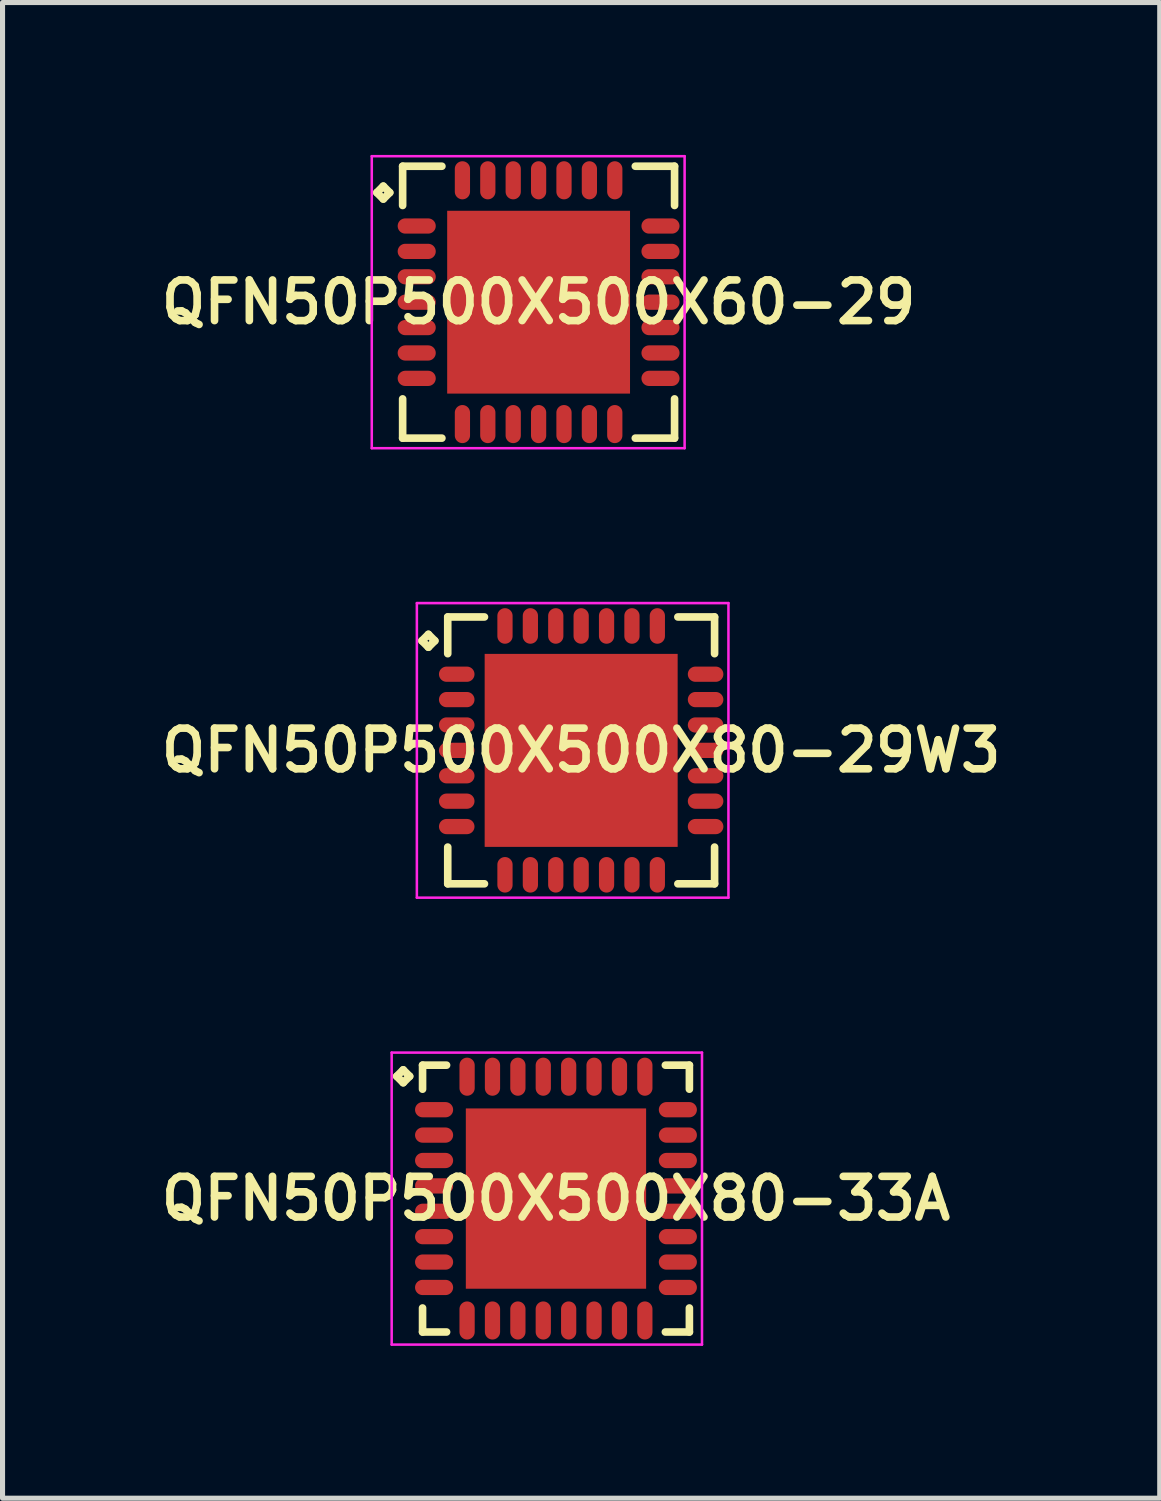
<source format=kicad_pcb>
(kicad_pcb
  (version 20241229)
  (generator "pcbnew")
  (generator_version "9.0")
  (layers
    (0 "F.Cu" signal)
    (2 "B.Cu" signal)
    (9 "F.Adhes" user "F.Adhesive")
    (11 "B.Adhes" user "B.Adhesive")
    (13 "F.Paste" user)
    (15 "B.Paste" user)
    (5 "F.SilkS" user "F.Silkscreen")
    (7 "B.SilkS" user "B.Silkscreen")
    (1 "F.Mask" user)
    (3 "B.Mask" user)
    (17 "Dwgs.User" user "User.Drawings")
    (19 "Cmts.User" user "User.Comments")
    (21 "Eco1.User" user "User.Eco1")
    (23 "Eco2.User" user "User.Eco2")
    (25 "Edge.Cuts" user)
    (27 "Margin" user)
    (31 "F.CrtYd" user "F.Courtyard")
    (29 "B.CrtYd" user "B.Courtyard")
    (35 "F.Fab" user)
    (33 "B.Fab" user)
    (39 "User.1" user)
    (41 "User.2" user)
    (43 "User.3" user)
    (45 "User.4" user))
  (footprint "QFN50P500X500X80-33A"
    (layer "F.Cu")
    (at 7.897 20.55)
    (property "Reference" "QFN50P500X500X80-33A" (at 0 0 0) (layer "F.SilkS") (effects (font (size 0.8 0.8) (thickness 0.15))))
    (attr smd)
    (fp_line (start -3.135 -2.408) (end -3.008 -2.535) (stroke (width 0.15) (type solid)) (layer "F.SilkS"))
    (fp_line (start -3.008 -2.535) (end -2.881 -2.408) (stroke (width 0.15) (type solid)) (layer "F.SilkS"))
    (fp_line (start -3.008 -2.281) (end -3.135 -2.408) (stroke (width 0.15) (type solid)) (layer "F.SilkS"))
    (fp_line (start -2.881 -2.408) (end -3.008 -2.281) (stroke (width 0.15) (type solid)) (layer "F.SilkS"))
    (fp_line (start -2.627 -2.627) (end -2.154 -2.627) (stroke (width 0.15) (type solid)) (layer "F.SilkS"))
    (fp_line (start -2.627 -2.154) (end -2.627 -2.627) (stroke (width 0.15) (type solid)) (layer "F.SilkS"))
    (fp_line (start -2.627 2.154) (end -2.627 2.627) (stroke (width 0.15) (type solid)) (layer "F.SilkS"))
    (fp_line (start -2.627 2.627) (end -2.154 2.627) (stroke (width 0.15) (type solid)) (layer "F.SilkS"))
    (fp_line (start 2.154 -2.627) (end 2.627 -2.627) (stroke (width 0.15) (type solid)) (layer "F.SilkS"))
    (fp_line (start 2.154 2.627) (end 2.627 2.627) (stroke (width 0.15) (type solid)) (layer "F.SilkS"))
    (fp_line (start 2.627 -2.627) (end 2.627 -2.154) (stroke (width 0.15) (type solid)) (layer "F.SilkS"))
    (fp_line (start 2.627 2.627) (end 2.627 2.154) (stroke (width 0.15) (type solid)) (layer "F.SilkS"))
    (fp_line (start -3.235 -2.875) (end 2.875 -2.875) (stroke (width 0.05) (type solid)) (layer "F.CrtYd"))
    (fp_line (start -3.235 2.875) (end -3.235 -2.875) (stroke (width 0.05) (type solid)) (layer "F.CrtYd"))
    (fp_line (start 2.875 -2.875) (end 2.875 2.875) (stroke (width 0.05) (type solid)) (layer "F.CrtYd"))
    (fp_line (start 2.875 2.875) (end -3.235 2.875) (stroke (width 0.05) (type solid)) (layer "F.CrtYd"))
    (pad "1" smd oval (at -2.4 -1.75) (size 0.75 0.3) (layers "F.Cu" "F.Mask" "F.Paste"))
    (pad "2" smd oval (at -2.4 -1.25) (size 0.75 0.3) (layers "F.Cu" "F.Mask" "F.Paste"))
    (pad "3" smd oval (at -2.4 -0.75) (size 0.75 0.3) (layers "F.Cu" "F.Mask" "F.Paste"))
    (pad "4" smd oval (at -2.4 -0.25) (size 0.75 0.3) (layers "F.Cu" "F.Mask" "F.Paste"))
    (pad "5" smd oval (at -2.4 0.25) (size 0.75 0.3) (layers "F.Cu" "F.Mask" "F.Paste"))
    (pad "6" smd oval (at -2.4 0.75) (size 0.75 0.3) (layers "F.Cu" "F.Mask" "F.Paste"))
    (pad "7" smd oval (at -2.4 1.25) (size 0.75 0.3) (layers "F.Cu" "F.Mask" "F.Paste"))
    (pad "8" smd oval (at -2.4 1.75) (size 0.75 0.3) (layers "F.Cu" "F.Mask" "F.Paste"))
    (pad "9" smd oval (at -1.75 2.4) (size 0.3 0.75) (layers "F.Cu" "F.Mask" "F.Paste"))
    (pad "10" smd oval (at -1.25 2.4) (size 0.3 0.75) (layers "F.Cu" "F.Mask" "F.Paste"))
    (pad "11" smd oval (at -0.75 2.4) (size 0.3 0.75) (layers "F.Cu" "F.Mask" "F.Paste"))
    (pad "12" smd oval (at -0.25 2.4) (size 0.3 0.75) (layers "F.Cu" "F.Mask" "F.Paste"))
    (pad "13" smd oval (at 0.25 2.4) (size 0.3 0.75) (layers "F.Cu" "F.Mask" "F.Paste"))
    (pad "14" smd oval (at 0.75 2.4) (size 0.3 0.75) (layers "F.Cu" "F.Mask" "F.Paste"))
    (pad "15" smd oval (at 1.25 2.4) (size 0.3 0.75) (layers "F.Cu" "F.Mask" "F.Paste"))
    (pad "16" smd oval (at 1.75 2.4) (size 0.3 0.75) (layers "F.Cu" "F.Mask" "F.Paste"))
    (pad "17" smd oval (at 2.4 1.75) (size 0.75 0.3) (layers "F.Cu" "F.Mask" "F.Paste"))
    (pad "18" smd oval (at 2.4 1.25) (size 0.75 0.3) (layers "F.Cu" "F.Mask" "F.Paste"))
    (pad "19" smd oval (at 2.4 0.75) (size 0.75 0.3) (layers "F.Cu" "F.Mask" "F.Paste"))
    (pad "20" smd oval (at 2.4 0.25) (size 0.75 0.3) (layers "F.Cu" "F.Mask" "F.Paste"))
    (pad "21" smd oval (at 2.4 -0.25) (size 0.75 0.3) (layers "F.Cu" "F.Mask" "F.Paste"))
    (pad "22" smd oval (at 2.4 -0.75) (size 0.75 0.3) (layers "F.Cu" "F.Mask" "F.Paste"))
    (pad "23" smd oval (at 2.4 -1.25) (size 0.75 0.3) (layers "F.Cu" "F.Mask" "F.Paste"))
    (pad "24" smd oval (at 2.4 -1.75) (size 0.75 0.3) (layers "F.Cu" "F.Mask" "F.Paste"))
    (pad "25" smd oval (at 1.75 -2.4) (size 0.3 0.75) (layers "F.Cu" "F.Mask" "F.Paste"))
    (pad "26" smd oval (at 1.25 -2.4) (size 0.3 0.75) (layers "F.Cu" "F.Mask" "F.Paste"))
    (pad "27" smd oval (at 0.75 -2.4) (size 0.3 0.75) (layers "F.Cu" "F.Mask" "F.Paste"))
    (pad "28" smd oval (at 0.25 -2.4) (size 0.3 0.75) (layers "F.Cu" "F.Mask" "F.Paste"))
    (pad "29" smd oval (at -0.25 -2.4) (size 0.3 0.75) (layers "F.Cu" "F.Mask" "F.Paste"))
    (pad "30" smd oval (at -0.75 -2.4) (size 0.3 0.75) (layers "F.Cu" "F.Mask" "F.Paste"))
    (pad "31" smd oval (at -1.25 -2.4) (size 0.3 0.75) (layers "F.Cu" "F.Mask" "F.Paste"))
    (pad "32" smd oval (at -1.75 -2.4) (size 0.3 0.75) (layers "F.Cu" "F.Mask" "F.Paste"))
    (pad "33" smd rect (at 0 0) (size 3.55 3.55) (layers "F.Cu" "F.Mask" "F.Paste")))
  (footprint "QFN50P500X500X80-29W3"
    (layer "F.Cu")
    (at 8.393 11.725)
    (property "Reference" "QFN50P500X500X80-29W3" (at 0 0 0) (layer "F.SilkS") (effects (font (size 0.8 0.8) (thickness 0.15))))
    (attr smd)
    (fp_line (start -3.135 -2.158) (end -3.008 -2.285) (stroke (width 0.15) (type solid)) (layer "F.SilkS"))
    (fp_line (start -3.008 -2.285) (end -2.881 -2.158) (stroke (width 0.15) (type solid)) (layer "F.SilkS"))
    (fp_line (start -3.008 -2.031) (end -3.135 -2.158) (stroke (width 0.15) (type solid)) (layer "F.SilkS"))
    (fp_line (start -2.881 -2.158) (end -3.008 -2.031) (stroke (width 0.15) (type solid)) (layer "F.SilkS"))
    (fp_line (start -2.627 -2.627) (end -1.904 -2.627) (stroke (width 0.15) (type solid)) (layer "F.SilkS"))
    (fp_line (start -2.627 -1.904) (end -2.627 -2.627) (stroke (width 0.15) (type solid)) (layer "F.SilkS"))
    (fp_line (start -2.627 1.904) (end -2.627 2.627) (stroke (width 0.15) (type solid)) (layer "F.SilkS"))
    (fp_line (start -2.627 2.627) (end -1.904 2.627) (stroke (width 0.15) (type solid)) (layer "F.SilkS"))
    (fp_line (start 1.904 -2.627) (end 2.627 -2.627) (stroke (width 0.15) (type solid)) (layer "F.SilkS"))
    (fp_line (start 1.904 2.627) (end 2.627 2.627) (stroke (width 0.15) (type solid)) (layer "F.SilkS"))
    (fp_line (start 2.627 -2.627) (end 2.627 -1.904) (stroke (width 0.15) (type solid)) (layer "F.SilkS"))
    (fp_line (start 2.627 2.627) (end 2.627 1.904) (stroke (width 0.15) (type solid)) (layer "F.SilkS"))
    (fp_line (start -3.235 -2.9) (end 2.9 -2.9) (stroke (width 0.05) (type solid)) (layer "F.CrtYd"))
    (fp_line (start -3.235 2.9) (end -3.235 -2.9) (stroke (width 0.05) (type solid)) (layer "F.CrtYd"))
    (fp_line (start 2.9 -2.9) (end 2.9 2.9) (stroke (width 0.05) (type solid)) (layer "F.CrtYd"))
    (fp_line (start 2.9 2.9) (end -3.235 2.9) (stroke (width 0.05) (type solid)) (layer "F.CrtYd"))
    (pad "1" smd oval (at -2.45 -1.5) (size 0.7 0.3) (layers "F.Cu" "F.Mask" "F.Paste"))
    (pad "2" smd oval (at -2.45 -1) (size 0.7 0.3) (layers "F.Cu" "F.Mask" "F.Paste"))
    (pad "3" smd oval (at -2.45 -0.5) (size 0.7 0.3) (layers "F.Cu" "F.Mask" "F.Paste"))
    (pad "4" smd oval (at -2.45 0) (size 0.7 0.3) (layers "F.Cu" "F.Mask" "F.Paste"))
    (pad "5" smd oval (at -2.45 0.5) (size 0.7 0.3) (layers "F.Cu" "F.Mask" "F.Paste"))
    (pad "6" smd oval (at -2.45 1) (size 0.7 0.3) (layers "F.Cu" "F.Mask" "F.Paste"))
    (pad "7" smd oval (at -2.45 1.5) (size 0.7 0.3) (layers "F.Cu" "F.Mask" "F.Paste"))
    (pad "8" smd oval (at -1.5 2.45) (size 0.3 0.7) (layers "F.Cu" "F.Mask" "F.Paste"))
    (pad "9" smd oval (at -1 2.45) (size 0.3 0.7) (layers "F.Cu" "F.Mask" "F.Paste"))
    (pad "10" smd oval (at -0.5 2.45) (size 0.3 0.7) (layers "F.Cu" "F.Mask" "F.Paste"))
    (pad "11" smd oval (at 0 2.45) (size 0.3 0.7) (layers "F.Cu" "F.Mask" "F.Paste"))
    (pad "12" smd oval (at 0.5 2.45) (size 0.3 0.7) (layers "F.Cu" "F.Mask" "F.Paste"))
    (pad "13" smd oval (at 1 2.45) (size 0.3 0.7) (layers "F.Cu" "F.Mask" "F.Paste"))
    (pad "14" smd oval (at 1.5 2.45) (size 0.3 0.7) (layers "F.Cu" "F.Mask" "F.Paste"))
    (pad "15" smd oval (at 2.45 1.5) (size 0.7 0.3) (layers "F.Cu" "F.Mask" "F.Paste"))
    (pad "16" smd oval (at 2.45 1) (size 0.7 0.3) (layers "F.Cu" "F.Mask" "F.Paste"))
    (pad "17" smd oval (at 2.45 0.5) (size 0.7 0.3) (layers "F.Cu" "F.Mask" "F.Paste"))
    (pad "18" smd oval (at 2.45 0) (size 0.7 0.3) (layers "F.Cu" "F.Mask" "F.Paste"))
    (pad "19" smd oval (at 2.45 -0.5) (size 0.7 0.3) (layers "F.Cu" "F.Mask" "F.Paste"))
    (pad "20" smd oval (at 2.45 -1) (size 0.7 0.3) (layers "F.Cu" "F.Mask" "F.Paste"))
    (pad "21" smd oval (at 2.45 -1.5) (size 0.7 0.3) (layers "F.Cu" "F.Mask" "F.Paste"))
    (pad "22" smd oval (at 1.5 -2.45) (size 0.3 0.7) (layers "F.Cu" "F.Mask" "F.Paste"))
    (pad "23" smd oval (at 1 -2.45) (size 0.3 0.7) (layers "F.Cu" "F.Mask" "F.Paste"))
    (pad "24" smd oval (at 0.5 -2.45) (size 0.3 0.7) (layers "F.Cu" "F.Mask" "F.Paste"))
    (pad "25" smd oval (at 0 -2.45) (size 0.3 0.7) (layers "F.Cu" "F.Mask" "F.Paste"))
    (pad "26" smd oval (at -0.5 -2.45) (size 0.3 0.7) (layers "F.Cu" "F.Mask" "F.Paste"))
    (pad "27" smd oval (at -1 -2.45) (size 0.3 0.7) (layers "F.Cu" "F.Mask" "F.Paste"))
    (pad "28" smd oval (at -1.5 -2.45) (size 0.3 0.7) (layers "F.Cu" "F.Mask" "F.Paste"))
    (pad "29" smd rect (at 0 0) (size 3.8 3.8) (layers "F.Cu" "F.Mask" "F.Paste")))
  (footprint "QFN50P500X500X60-29"
    (layer "F.Cu")
    (at 7.555 2.9)
    (property "Reference" "QFN50P500X500X60-29" (at 0 0 0) (layer "F.SilkS") (effects (font (size 0.8 0.8) (thickness 0.15))))
    (attr smd)
    (fp_line (start -3.185 -2.158) (end -3.058 -2.285) (stroke (width 0.15) (type solid)) (layer "F.SilkS"))
    (fp_line (start -3.058 -2.285) (end -2.931 -2.158) (stroke (width 0.15) (type solid)) (layer "F.SilkS"))
    (fp_line (start -3.058 -2.031) (end -3.185 -2.158) (stroke (width 0.15) (type solid)) (layer "F.SilkS"))
    (fp_line (start -2.931 -2.158) (end -3.058 -2.031) (stroke (width 0.15) (type solid)) (layer "F.SilkS"))
    (fp_line (start -2.677 -2.677) (end -1.904 -2.677) (stroke (width 0.15) (type solid)) (layer "F.SilkS"))
    (fp_line (start -2.677 -1.904) (end -2.677 -2.677) (stroke (width 0.15) (type solid)) (layer "F.SilkS"))
    (fp_line (start -2.677 1.904) (end -2.677 2.677) (stroke (width 0.15) (type solid)) (layer "F.SilkS"))
    (fp_line (start -2.677 2.677) (end -1.904 2.677) (stroke (width 0.15) (type solid)) (layer "F.SilkS"))
    (fp_line (start 1.904 -2.677) (end 2.677 -2.677) (stroke (width 0.15) (type solid)) (layer "F.SilkS"))
    (fp_line (start 1.904 2.677) (end 2.677 2.677) (stroke (width 0.15) (type solid)) (layer "F.SilkS"))
    (fp_line (start 2.677 -2.677) (end 2.677 -1.904) (stroke (width 0.15) (type solid)) (layer "F.SilkS"))
    (fp_line (start 2.677 2.677) (end 2.677 1.904) (stroke (width 0.15) (type solid)) (layer "F.SilkS"))
    (fp_line (start -3.285 -2.875) (end 2.875 -2.875) (stroke (width 0.05) (type solid)) (layer "F.CrtYd"))
    (fp_line (start -3.285 2.875) (end -3.285 -2.875) (stroke (width 0.05) (type solid)) (layer "F.CrtYd"))
    (fp_line (start 2.875 -2.875) (end 2.875 2.875) (stroke (width 0.05) (type solid)) (layer "F.CrtYd"))
    (fp_line (start 2.875 2.875) (end -3.285 2.875) (stroke (width 0.05) (type solid)) (layer "F.CrtYd"))
    (pad "1" smd oval (at -2.4 -1.5) (size 0.75 0.3) (layers "F.Cu" "F.Mask" "F.Paste"))
    (pad "2" smd oval (at -2.4 -1) (size 0.75 0.3) (layers "F.Cu" "F.Mask" "F.Paste"))
    (pad "3" smd oval (at -2.4 -0.5) (size 0.75 0.3) (layers "F.Cu" "F.Mask" "F.Paste"))
    (pad "4" smd oval (at -2.4 0) (size 0.75 0.3) (layers "F.Cu" "F.Mask" "F.Paste"))
    (pad "5" smd oval (at -2.4 0.5) (size 0.75 0.3) (layers "F.Cu" "F.Mask" "F.Paste"))
    (pad "6" smd oval (at -2.4 1) (size 0.75 0.3) (layers "F.Cu" "F.Mask" "F.Paste"))
    (pad "7" smd oval (at -2.4 1.5) (size 0.75 0.3) (layers "F.Cu" "F.Mask" "F.Paste"))
    (pad "8" smd oval (at -1.5 2.4) (size 0.3 0.75) (layers "F.Cu" "F.Mask" "F.Paste"))
    (pad "9" smd oval (at -1 2.4) (size 0.3 0.75) (layers "F.Cu" "F.Mask" "F.Paste"))
    (pad "10" smd oval (at -0.5 2.4) (size 0.3 0.75) (layers "F.Cu" "F.Mask" "F.Paste"))
    (pad "11" smd oval (at 0 2.4) (size 0.3 0.75) (layers "F.Cu" "F.Mask" "F.Paste"))
    (pad "12" smd oval (at 0.5 2.4) (size 0.3 0.75) (layers "F.Cu" "F.Mask" "F.Paste"))
    (pad "13" smd oval (at 1 2.4) (size 0.3 0.75) (layers "F.Cu" "F.Mask" "F.Paste"))
    (pad "14" smd oval (at 1.5 2.4) (size 0.3 0.75) (layers "F.Cu" "F.Mask" "F.Paste"))
    (pad "15" smd oval (at 2.4 1.5) (size 0.75 0.3) (layers "F.Cu" "F.Mask" "F.Paste"))
    (pad "16" smd oval (at 2.4 1) (size 0.75 0.3) (layers "F.Cu" "F.Mask" "F.Paste"))
    (pad "17" smd oval (at 2.4 0.5) (size 0.75 0.3) (layers "F.Cu" "F.Mask" "F.Paste"))
    (pad "18" smd oval (at 2.4 0) (size 0.75 0.3) (layers "F.Cu" "F.Mask" "F.Paste"))
    (pad "19" smd oval (at 2.4 -0.5) (size 0.75 0.3) (layers "F.Cu" "F.Mask" "F.Paste"))
    (pad "20" smd oval (at 2.4 -1) (size 0.75 0.3) (layers "F.Cu" "F.Mask" "F.Paste"))
    (pad "21" smd oval (at 2.4 -1.5) (size 0.75 0.3) (layers "F.Cu" "F.Mask" "F.Paste"))
    (pad "22" smd oval (at 1.5 -2.4) (size 0.3 0.75) (layers "F.Cu" "F.Mask" "F.Paste"))
    (pad "23" smd oval (at 1 -2.4) (size 0.3 0.75) (layers "F.Cu" "F.Mask" "F.Paste"))
    (pad "24" smd oval (at 0.5 -2.4) (size 0.3 0.75) (layers "F.Cu" "F.Mask" "F.Paste"))
    (pad "25" smd oval (at 0 -2.4) (size 0.3 0.75) (layers "F.Cu" "F.Mask" "F.Paste"))
    (pad "26" smd oval (at -0.5 -2.4) (size 0.3 0.75) (layers "F.Cu" "F.Mask" "F.Paste"))
    (pad "27" smd oval (at -1 -2.4) (size 0.3 0.75) (layers "F.Cu" "F.Mask" "F.Paste"))
    (pad "28" smd oval (at -1.5 -2.4) (size 0.3 0.75) (layers "F.Cu" "F.Mask" "F.Paste"))
    (pad "29" smd rect (at 0 0) (size 3.6 3.6) (layers "F.Cu" "F.Mask" "F.Paste")))
  (gr_rect
    (start -3 -3)
    (end 19.785 26.45)
    (stroke (width 0.1) (type default))
    (fill no)
    (layer "Edge.Cuts")))
</source>
